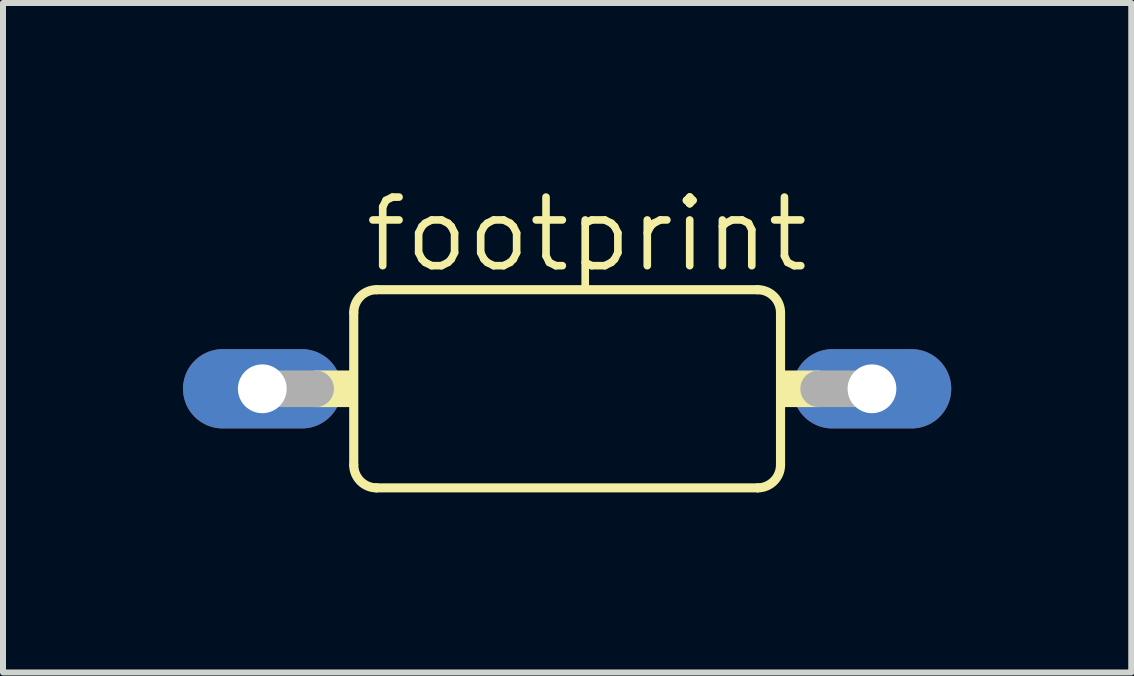
<source format=kicad_pcb>
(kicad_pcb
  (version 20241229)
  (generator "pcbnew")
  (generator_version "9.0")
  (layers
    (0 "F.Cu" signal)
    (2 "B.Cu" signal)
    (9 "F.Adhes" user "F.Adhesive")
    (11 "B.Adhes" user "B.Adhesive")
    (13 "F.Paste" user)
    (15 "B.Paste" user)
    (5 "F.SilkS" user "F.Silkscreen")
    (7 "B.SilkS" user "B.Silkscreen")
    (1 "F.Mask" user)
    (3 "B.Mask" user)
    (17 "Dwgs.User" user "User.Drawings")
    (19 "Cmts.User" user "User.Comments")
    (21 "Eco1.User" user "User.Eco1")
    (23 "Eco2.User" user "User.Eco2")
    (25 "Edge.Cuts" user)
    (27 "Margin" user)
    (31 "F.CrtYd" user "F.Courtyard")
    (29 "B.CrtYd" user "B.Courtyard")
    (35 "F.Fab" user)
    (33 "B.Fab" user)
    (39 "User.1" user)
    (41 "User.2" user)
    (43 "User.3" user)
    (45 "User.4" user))
  (footprint "footprint"
    (layer "F.Cu")
    (at 6.401 3.429)
    (property "Reference" "footprint" (at -3.429 -1.905 0) (layer "F.SilkS") (effects (font (size 1.143 1.143) (thickness 0.127)) (justify left bottom)))
    (fp_line (start -3.556 -1.27) (end -3.556 1.27) (stroke (width 0.152) (type solid)) (layer "F.SilkS"))
    (fp_line (start -3.175 -1.651) (end 3.175 -1.651) (stroke (width 0.152) (type solid)) (layer "F.SilkS"))
    (fp_line (start 3.175 1.651) (end -3.175 1.651) (stroke (width 0.152) (type solid)) (layer "F.SilkS"))
    (fp_line (start 3.556 -1.27) (end 3.556 1.27) (stroke (width 0.152) (type solid)) (layer "F.SilkS"))
    (fp_arc (start -3.556 -1.27) (mid -3.444408 -1.539408) (end -3.175 -1.651) (stroke (width 0.1524) (type solid)) (layer "F.SilkS"))
    (fp_arc (start -3.175 1.651) (mid -3.444408 1.539408) (end -3.556 1.27) (stroke (width 0.1524) (type solid)) (layer "F.SilkS"))
    (fp_arc (start 3.175 -1.651) (mid 3.444408 -1.539408) (end 3.556 -1.27) (stroke (width 0.1524) (type solid)) (layer "F.SilkS"))
    (fp_arc (start 3.556 1.27) (mid 3.444408 1.539408) (end 3.175 1.651) (stroke (width 0.1524) (type solid)) (layer "F.SilkS"))
    (fp_poly (pts (xy -4.216 0.305) (xy -3.556 0.305) (xy -3.556 -0.305) (xy -4.216 -0.305)) (stroke (width 0) (type solid)) (fill yes) (layer "F.SilkS"))
    (fp_poly (pts (xy 3.556 0.305) (xy 4.216 0.305) (xy 4.216 -0.305) (xy 3.556 -0.305)) (stroke (width 0) (type solid)) (fill yes) (layer "F.SilkS"))
    (fp_line (start -4.191 0) (end -5.08 0) (stroke (width 0.61) (type solid)) (layer "F.Fab"))
    (fp_line (start 5.08 0) (end 4.191 0) (stroke (width 0.61) (type solid)) (layer "F.Fab"))
    (pad "1" thru_hole oval (at -5.08 0) (size 2.642 1.321) (drill 0.813) (layers "*.Cu" "*.Mask"))
    (pad "2" thru_hole oval (at 5.08 0) (size 2.642 1.321) (drill 0.813) (layers "*.Cu" "*.Mask")))
  (gr_rect
    (start -3 -3)
    (end 15.802 8.156)
    (stroke (width 0.1) (type default))
    (fill no)
    (layer "Edge.Cuts")))
</source>
